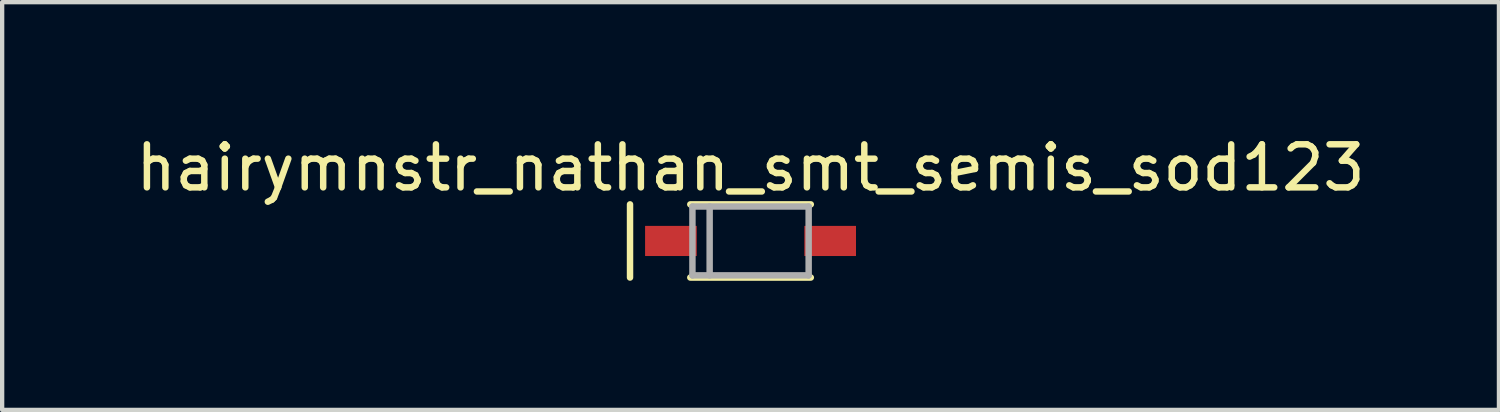
<source format=kicad_pcb>
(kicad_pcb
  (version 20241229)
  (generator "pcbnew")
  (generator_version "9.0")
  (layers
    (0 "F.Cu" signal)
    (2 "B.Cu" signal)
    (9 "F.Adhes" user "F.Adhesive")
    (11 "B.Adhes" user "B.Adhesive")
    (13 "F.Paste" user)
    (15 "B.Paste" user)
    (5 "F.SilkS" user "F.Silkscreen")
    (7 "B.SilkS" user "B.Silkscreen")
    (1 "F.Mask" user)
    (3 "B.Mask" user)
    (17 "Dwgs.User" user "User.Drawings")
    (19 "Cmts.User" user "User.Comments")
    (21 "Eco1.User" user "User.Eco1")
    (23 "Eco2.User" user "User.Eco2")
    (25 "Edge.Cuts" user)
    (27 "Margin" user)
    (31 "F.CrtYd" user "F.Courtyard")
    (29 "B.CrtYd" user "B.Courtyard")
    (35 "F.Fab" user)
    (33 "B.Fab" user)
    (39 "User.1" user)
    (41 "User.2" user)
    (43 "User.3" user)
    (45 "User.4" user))
  (footprint "hairymnstr_nathan_smt_semis_sod123"
    (layer "F.Cu")
    (at 14.387 2.548)
    (property "Reference" "hairymnstr_nathan_smt_semis_sod123" (at 0 -1.7 0) (layer "F.SilkS") (effects (font (size 1 1) (thickness 0.15))))
    (attr smd)
    (fp_line (start -2.8 -0.85) (end -2.8 0.85) (stroke (width 0.15) (type solid)) (layer "F.SilkS"))
    (fp_line (start -1.4 0.85) (end 1.4 0.85) (stroke (width 0.15) (type solid)) (layer "F.SilkS"))
    (fp_line (start 1.4 -0.85) (end -1.4 -0.85) (stroke (width 0.15) (type solid)) (layer "F.SilkS"))
    (fp_line (start -1.35 -0.8) (end -1.35 0.8) (stroke (width 0.15) (type solid)) (layer "F.Fab"))
    (fp_line (start -1.35 0.8) (end 1.35 0.8) (stroke (width 0.15) (type solid)) (layer "F.Fab"))
    (fp_line (start -0.95 -0.8) (end -0.95 0.8) (stroke (width 0.15) (type solid)) (layer "F.Fab"))
    (fp_line (start 1.35 -0.8) (end -1.35 -0.8) (stroke (width 0.15) (type solid)) (layer "F.Fab"))
    (fp_line (start 1.35 0.8) (end 1.35 -0.8) (stroke (width 0.15) (type solid)) (layer "F.Fab"))
    (pad "1" smd rect (at 1.85 0) (size 1.2 0.7) (layers "F.Cu" "F.Mask" "F.Paste"))
    (pad "2" smd rect (at -1.85 0) (size 1.2 0.7) (layers "F.Cu" "F.Mask" "F.Paste")))
  (gr_rect
    (start -3 -3)
    (end 31.774 6.473)
    (stroke (width 0.1) (type default))
    (fill no)
    (layer "Edge.Cuts")))
</source>
